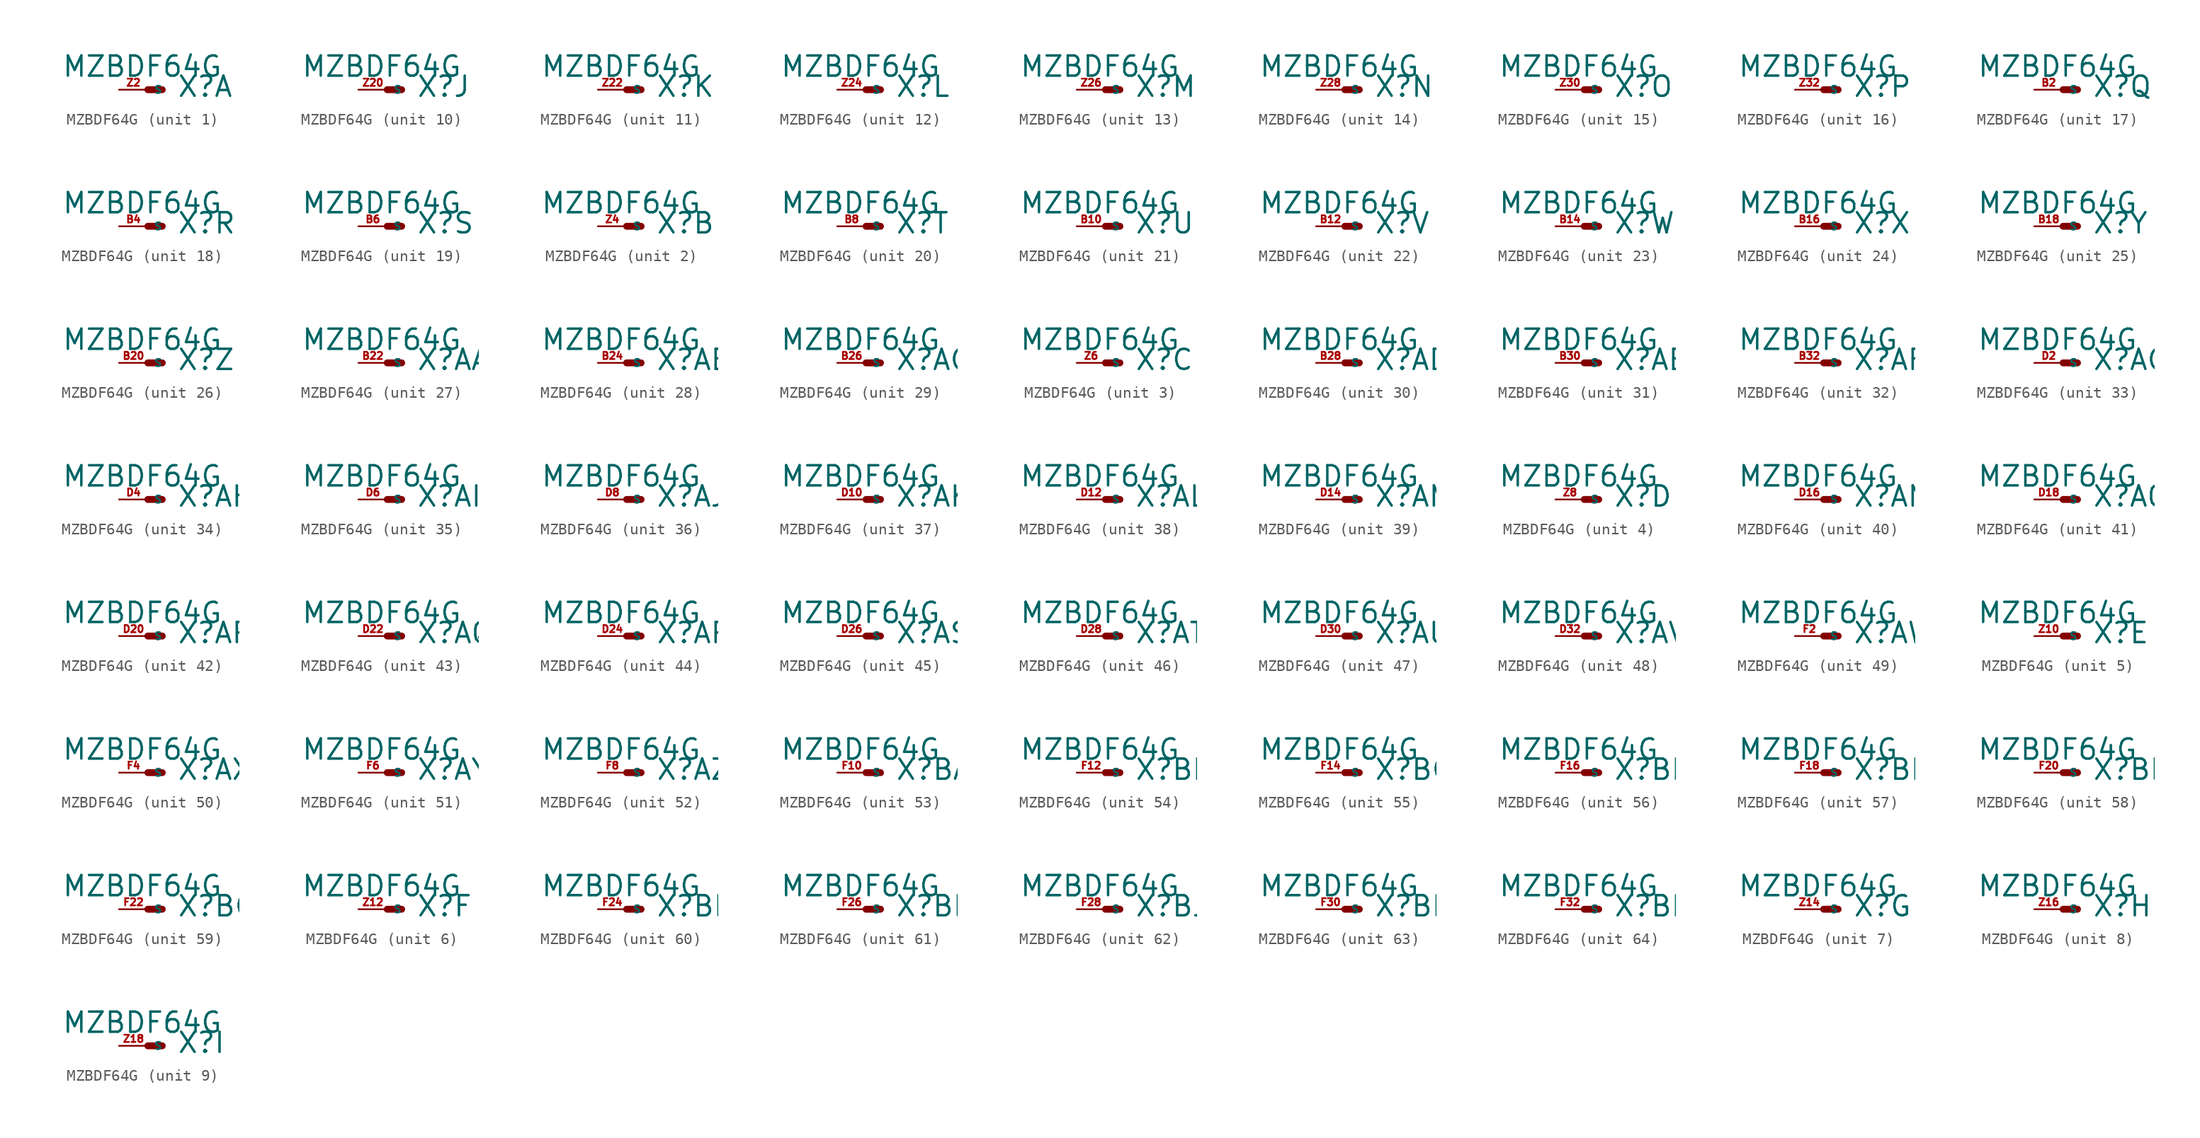
<source format=kicad_sym>
(kicad_symbol_lib
  (version 20220914)
  (generator Eagle2Kicad)
  (symbol "MZBDF64G"
    (property "Reference" "X"
      (at 2.54 -0.762 0)
      (effects (font (size 1.778 1.778) (thickness 0.22)) (justify left bottom)))
    (property "Value" "MZBDF64G"
      (at -7.62 1.016 0)
      (effects (font (size 1.778 1.778) (thickness 0.22)) (justify left bottom)))
    (symbol "MZBDF64G_1_0"
      (polyline (pts (xy 0 0) (xy 1.27 0)) (stroke (width 0.61) (type default)) (fill (type none)))
      (pin passive line (at -2.54 0 0) (length 2.54) (name "S" (effects (font (size 0.635 0.635) (thickness 0.08)) (justify left bottom))) (number "Z2" (effects (font (size 0.635 0.635) (thickness 0.08)) (justify left bottom)))))
    (symbol "MZBDF64G_2_0"
      (polyline (pts (xy 0 0) (xy 1.27 0)) (stroke (width 0.61) (type default)) (fill (type none)))
      (pin passive line (at -2.54 0 0) (length 2.54) (name "S" (effects (font (size 0.635 0.635) (thickness 0.08)) (justify left bottom))) (number "Z4" (effects (font (size 0.635 0.635) (thickness 0.08)) (justify left bottom)))))
    (symbol "MZBDF64G_3_0"
      (polyline (pts (xy 0 0) (xy 1.27 0)) (stroke (width 0.61) (type default)) (fill (type none)))
      (pin passive line (at -2.54 0 0) (length 2.54) (name "S" (effects (font (size 0.635 0.635) (thickness 0.08)) (justify left bottom))) (number "Z6" (effects (font (size 0.635 0.635) (thickness 0.08)) (justify left bottom)))))
    (symbol "MZBDF64G_4_0"
      (polyline (pts (xy 0 0) (xy 1.27 0)) (stroke (width 0.61) (type default)) (fill (type none)))
      (pin passive line (at -2.54 0 0) (length 2.54) (name "S" (effects (font (size 0.635 0.635) (thickness 0.08)) (justify left bottom))) (number "Z8" (effects (font (size 0.635 0.635) (thickness 0.08)) (justify left bottom)))))
    (symbol "MZBDF64G_5_0"
      (polyline (pts (xy 0 0) (xy 1.27 0)) (stroke (width 0.61) (type default)) (fill (type none)))
      (pin passive line (at -2.54 0 0) (length 2.54) (name "S" (effects (font (size 0.635 0.635) (thickness 0.08)) (justify left bottom))) (number "Z10" (effects (font (size 0.635 0.635) (thickness 0.08)) (justify left bottom)))))
    (symbol "MZBDF64G_6_0"
      (polyline (pts (xy 0 0) (xy 1.27 0)) (stroke (width 0.61) (type default)) (fill (type none)))
      (pin passive line (at -2.54 0 0) (length 2.54) (name "S" (effects (font (size 0.635 0.635) (thickness 0.08)) (justify left bottom))) (number "Z12" (effects (font (size 0.635 0.635) (thickness 0.08)) (justify left bottom)))))
    (symbol "MZBDF64G_7_0"
      (polyline (pts (xy 0 0) (xy 1.27 0)) (stroke (width 0.61) (type default)) (fill (type none)))
      (pin passive line (at -2.54 0 0) (length 2.54) (name "S" (effects (font (size 0.635 0.635) (thickness 0.08)) (justify left bottom))) (number "Z14" (effects (font (size 0.635 0.635) (thickness 0.08)) (justify left bottom)))))
    (symbol "MZBDF64G_8_0"
      (polyline (pts (xy 0 0) (xy 1.27 0)) (stroke (width 0.61) (type default)) (fill (type none)))
      (pin passive line (at -2.54 0 0) (length 2.54) (name "S" (effects (font (size 0.635 0.635) (thickness 0.08)) (justify left bottom))) (number "Z16" (effects (font (size 0.635 0.635) (thickness 0.08)) (justify left bottom)))))
    (symbol "MZBDF64G_9_0"
      (polyline (pts (xy 0 0) (xy 1.27 0)) (stroke (width 0.61) (type default)) (fill (type none)))
      (pin passive line (at -2.54 0 0) (length 2.54) (name "S" (effects (font (size 0.635 0.635) (thickness 0.08)) (justify left bottom))) (number "Z18" (effects (font (size 0.635 0.635) (thickness 0.08)) (justify left bottom)))))
    (symbol "MZBDF64G_10_0"
      (polyline (pts (xy 0 0) (xy 1.27 0)) (stroke (width 0.61) (type default)) (fill (type none)))
      (pin passive line (at -2.54 0 0) (length 2.54) (name "S" (effects (font (size 0.635 0.635) (thickness 0.08)) (justify left bottom))) (number "Z20" (effects (font (size 0.635 0.635) (thickness 0.08)) (justify left bottom)))))
    (symbol "MZBDF64G_11_0"
      (polyline (pts (xy 0 0) (xy 1.27 0)) (stroke (width 0.61) (type default)) (fill (type none)))
      (pin passive line (at -2.54 0 0) (length 2.54) (name "S" (effects (font (size 0.635 0.635) (thickness 0.08)) (justify left bottom))) (number "Z22" (effects (font (size 0.635 0.635) (thickness 0.08)) (justify left bottom)))))
    (symbol "MZBDF64G_12_0"
      (polyline (pts (xy 0 0) (xy 1.27 0)) (stroke (width 0.61) (type default)) (fill (type none)))
      (pin passive line (at -2.54 0 0) (length 2.54) (name "S" (effects (font (size 0.635 0.635) (thickness 0.08)) (justify left bottom))) (number "Z24" (effects (font (size 0.635 0.635) (thickness 0.08)) (justify left bottom)))))
    (symbol "MZBDF64G_13_0"
      (polyline (pts (xy 0 0) (xy 1.27 0)) (stroke (width 0.61) (type default)) (fill (type none)))
      (pin passive line (at -2.54 0 0) (length 2.54) (name "S" (effects (font (size 0.635 0.635) (thickness 0.08)) (justify left bottom))) (number "Z26" (effects (font (size 0.635 0.635) (thickness 0.08)) (justify left bottom)))))
    (symbol "MZBDF64G_14_0"
      (polyline (pts (xy 0 0) (xy 1.27 0)) (stroke (width 0.61) (type default)) (fill (type none)))
      (pin passive line (at -2.54 0 0) (length 2.54) (name "S" (effects (font (size 0.635 0.635) (thickness 0.08)) (justify left bottom))) (number "Z28" (effects (font (size 0.635 0.635) (thickness 0.08)) (justify left bottom)))))
    (symbol "MZBDF64G_15_0"
      (polyline (pts (xy 0 0) (xy 1.27 0)) (stroke (width 0.61) (type default)) (fill (type none)))
      (pin passive line (at -2.54 0 0) (length 2.54) (name "S" (effects (font (size 0.635 0.635) (thickness 0.08)) (justify left bottom))) (number "Z30" (effects (font (size 0.635 0.635) (thickness 0.08)) (justify left bottom)))))
    (symbol "MZBDF64G_16_0"
      (polyline (pts (xy 0 0) (xy 1.27 0)) (stroke (width 0.61) (type default)) (fill (type none)))
      (pin passive line (at -2.54 0 0) (length 2.54) (name "S" (effects (font (size 0.635 0.635) (thickness 0.08)) (justify left bottom))) (number "Z32" (effects (font (size 0.635 0.635) (thickness 0.08)) (justify left bottom)))))
    (symbol "MZBDF64G_17_0"
      (polyline (pts (xy 0 0) (xy 1.27 0)) (stroke (width 0.61) (type default)) (fill (type none)))
      (pin passive line (at -2.54 0 0) (length 2.54) (name "S" (effects (font (size 0.635 0.635) (thickness 0.08)) (justify left bottom))) (number "B2" (effects (font (size 0.635 0.635) (thickness 0.08)) (justify left bottom)))))
    (symbol "MZBDF64G_18_0"
      (polyline (pts (xy 0 0) (xy 1.27 0)) (stroke (width 0.61) (type default)) (fill (type none)))
      (pin passive line (at -2.54 0 0) (length 2.54) (name "S" (effects (font (size 0.635 0.635) (thickness 0.08)) (justify left bottom))) (number "B4" (effects (font (size 0.635 0.635) (thickness 0.08)) (justify left bottom)))))
    (symbol "MZBDF64G_19_0"
      (polyline (pts (xy 0 0) (xy 1.27 0)) (stroke (width 0.61) (type default)) (fill (type none)))
      (pin passive line (at -2.54 0 0) (length 2.54) (name "S" (effects (font (size 0.635 0.635) (thickness 0.08)) (justify left bottom))) (number "B6" (effects (font (size 0.635 0.635) (thickness 0.08)) (justify left bottom)))))
    (symbol "MZBDF64G_20_0"
      (polyline (pts (xy 0 0) (xy 1.27 0)) (stroke (width 0.61) (type default)) (fill (type none)))
      (pin passive line (at -2.54 0 0) (length 2.54) (name "S" (effects (font (size 0.635 0.635) (thickness 0.08)) (justify left bottom))) (number "B8" (effects (font (size 0.635 0.635) (thickness 0.08)) (justify left bottom)))))
    (symbol "MZBDF64G_21_0"
      (polyline (pts (xy 0 0) (xy 1.27 0)) (stroke (width 0.61) (type default)) (fill (type none)))
      (pin passive line (at -2.54 0 0) (length 2.54) (name "S" (effects (font (size 0.635 0.635) (thickness 0.08)) (justify left bottom))) (number "B10" (effects (font (size 0.635 0.635) (thickness 0.08)) (justify left bottom)))))
    (symbol "MZBDF64G_22_0"
      (polyline (pts (xy 0 0) (xy 1.27 0)) (stroke (width 0.61) (type default)) (fill (type none)))
      (pin passive line (at -2.54 0 0) (length 2.54) (name "S" (effects (font (size 0.635 0.635) (thickness 0.08)) (justify left bottom))) (number "B12" (effects (font (size 0.635 0.635) (thickness 0.08)) (justify left bottom)))))
    (symbol "MZBDF64G_23_0"
      (polyline (pts (xy 0 0) (xy 1.27 0)) (stroke (width 0.61) (type default)) (fill (type none)))
      (pin passive line (at -2.54 0 0) (length 2.54) (name "S" (effects (font (size 0.635 0.635) (thickness 0.08)) (justify left bottom))) (number "B14" (effects (font (size 0.635 0.635) (thickness 0.08)) (justify left bottom)))))
    (symbol "MZBDF64G_24_0"
      (polyline (pts (xy 0 0) (xy 1.27 0)) (stroke (width 0.61) (type default)) (fill (type none)))
      (pin passive line (at -2.54 0 0) (length 2.54) (name "S" (effects (font (size 0.635 0.635) (thickness 0.08)) (justify left bottom))) (number "B16" (effects (font (size 0.635 0.635) (thickness 0.08)) (justify left bottom)))))
    (symbol "MZBDF64G_25_0"
      (polyline (pts (xy 0 0) (xy 1.27 0)) (stroke (width 0.61) (type default)) (fill (type none)))
      (pin passive line (at -2.54 0 0) (length 2.54) (name "S" (effects (font (size 0.635 0.635) (thickness 0.08)) (justify left bottom))) (number "B18" (effects (font (size 0.635 0.635) (thickness 0.08)) (justify left bottom)))))
    (symbol "MZBDF64G_26_0"
      (polyline (pts (xy 0 0) (xy 1.27 0)) (stroke (width 0.61) (type default)) (fill (type none)))
      (pin passive line (at -2.54 0 0) (length 2.54) (name "S" (effects (font (size 0.635 0.635) (thickness 0.08)) (justify left bottom))) (number "B20" (effects (font (size 0.635 0.635) (thickness 0.08)) (justify left bottom)))))
    (symbol "MZBDF64G_27_0"
      (polyline (pts (xy 0 0) (xy 1.27 0)) (stroke (width 0.61) (type default)) (fill (type none)))
      (pin passive line (at -2.54 0 0) (length 2.54) (name "S" (effects (font (size 0.635 0.635) (thickness 0.08)) (justify left bottom))) (number "B22" (effects (font (size 0.635 0.635) (thickness 0.08)) (justify left bottom)))))
    (symbol "MZBDF64G_28_0"
      (polyline (pts (xy 0 0) (xy 1.27 0)) (stroke (width 0.61) (type default)) (fill (type none)))
      (pin passive line (at -2.54 0 0) (length 2.54) (name "S" (effects (font (size 0.635 0.635) (thickness 0.08)) (justify left bottom))) (number "B24" (effects (font (size 0.635 0.635) (thickness 0.08)) (justify left bottom)))))
    (symbol "MZBDF64G_29_0"
      (polyline (pts (xy 0 0) (xy 1.27 0)) (stroke (width 0.61) (type default)) (fill (type none)))
      (pin passive line (at -2.54 0 0) (length 2.54) (name "S" (effects (font (size 0.635 0.635) (thickness 0.08)) (justify left bottom))) (number "B26" (effects (font (size 0.635 0.635) (thickness 0.08)) (justify left bottom)))))
    (symbol "MZBDF64G_30_0"
      (polyline (pts (xy 0 0) (xy 1.27 0)) (stroke (width 0.61) (type default)) (fill (type none)))
      (pin passive line (at -2.54 0 0) (length 2.54) (name "S" (effects (font (size 0.635 0.635) (thickness 0.08)) (justify left bottom))) (number "B28" (effects (font (size 0.635 0.635) (thickness 0.08)) (justify left bottom)))))
    (symbol "MZBDF64G_31_0"
      (polyline (pts (xy 0 0) (xy 1.27 0)) (stroke (width 0.61) (type default)) (fill (type none)))
      (pin passive line (at -2.54 0 0) (length 2.54) (name "S" (effects (font (size 0.635 0.635) (thickness 0.08)) (justify left bottom))) (number "B30" (effects (font (size 0.635 0.635) (thickness 0.08)) (justify left bottom)))))
    (symbol "MZBDF64G_32_0"
      (polyline (pts (xy 0 0) (xy 1.27 0)) (stroke (width 0.61) (type default)) (fill (type none)))
      (pin passive line (at -2.54 0 0) (length 2.54) (name "S" (effects (font (size 0.635 0.635) (thickness 0.08)) (justify left bottom))) (number "B32" (effects (font (size 0.635 0.635) (thickness 0.08)) (justify left bottom)))))
    (symbol "MZBDF64G_33_0"
      (polyline (pts (xy 0 0) (xy 1.27 0)) (stroke (width 0.61) (type default)) (fill (type none)))
      (pin passive line (at -2.54 0 0) (length 2.54) (name "S" (effects (font (size 0.635 0.635) (thickness 0.08)) (justify left bottom))) (number "D2" (effects (font (size 0.635 0.635) (thickness 0.08)) (justify left bottom)))))
    (symbol "MZBDF64G_34_0"
      (polyline (pts (xy 0 0) (xy 1.27 0)) (stroke (width 0.61) (type default)) (fill (type none)))
      (pin passive line (at -2.54 0 0) (length 2.54) (name "S" (effects (font (size 0.635 0.635) (thickness 0.08)) (justify left bottom))) (number "D4" (effects (font (size 0.635 0.635) (thickness 0.08)) (justify left bottom)))))
    (symbol "MZBDF64G_35_0"
      (polyline (pts (xy 0 0) (xy 1.27 0)) (stroke (width 0.61) (type default)) (fill (type none)))
      (pin passive line (at -2.54 0 0) (length 2.54) (name "S" (effects (font (size 0.635 0.635) (thickness 0.08)) (justify left bottom))) (number "D6" (effects (font (size 0.635 0.635) (thickness 0.08)) (justify left bottom)))))
    (symbol "MZBDF64G_36_0"
      (polyline (pts (xy 0 0) (xy 1.27 0)) (stroke (width 0.61) (type default)) (fill (type none)))
      (pin passive line (at -2.54 0 0) (length 2.54) (name "S" (effects (font (size 0.635 0.635) (thickness 0.08)) (justify left bottom))) (number "D8" (effects (font (size 0.635 0.635) (thickness 0.08)) (justify left bottom)))))
    (symbol "MZBDF64G_37_0"
      (polyline (pts (xy 0 0) (xy 1.27 0)) (stroke (width 0.61) (type default)) (fill (type none)))
      (pin passive line (at -2.54 0 0) (length 2.54) (name "S" (effects (font (size 0.635 0.635) (thickness 0.08)) (justify left bottom))) (number "D10" (effects (font (size 0.635 0.635) (thickness 0.08)) (justify left bottom)))))
    (symbol "MZBDF64G_38_0"
      (polyline (pts (xy 0 0) (xy 1.27 0)) (stroke (width 0.61) (type default)) (fill (type none)))
      (pin passive line (at -2.54 0 0) (length 2.54) (name "S" (effects (font (size 0.635 0.635) (thickness 0.08)) (justify left bottom))) (number "D12" (effects (font (size 0.635 0.635) (thickness 0.08)) (justify left bottom)))))
    (symbol "MZBDF64G_39_0"
      (polyline (pts (xy 0 0) (xy 1.27 0)) (stroke (width 0.61) (type default)) (fill (type none)))
      (pin passive line (at -2.54 0 0) (length 2.54) (name "S" (effects (font (size 0.635 0.635) (thickness 0.08)) (justify left bottom))) (number "D14" (effects (font (size 0.635 0.635) (thickness 0.08)) (justify left bottom)))))
    (symbol "MZBDF64G_40_0"
      (polyline (pts (xy 0 0) (xy 1.27 0)) (stroke (width 0.61) (type default)) (fill (type none)))
      (pin passive line (at -2.54 0 0) (length 2.54) (name "S" (effects (font (size 0.635 0.635) (thickness 0.08)) (justify left bottom))) (number "D16" (effects (font (size 0.635 0.635) (thickness 0.08)) (justify left bottom)))))
    (symbol "MZBDF64G_41_0"
      (polyline (pts (xy 0 0) (xy 1.27 0)) (stroke (width 0.61) (type default)) (fill (type none)))
      (pin passive line (at -2.54 0 0) (length 2.54) (name "S" (effects (font (size 0.635 0.635) (thickness 0.08)) (justify left bottom))) (number "D18" (effects (font (size 0.635 0.635) (thickness 0.08)) (justify left bottom)))))
    (symbol "MZBDF64G_42_0"
      (polyline (pts (xy 0 0) (xy 1.27 0)) (stroke (width 0.61) (type default)) (fill (type none)))
      (pin passive line (at -2.54 0 0) (length 2.54) (name "S" (effects (font (size 0.635 0.635) (thickness 0.08)) (justify left bottom))) (number "D20" (effects (font (size 0.635 0.635) (thickness 0.08)) (justify left bottom)))))
    (symbol "MZBDF64G_43_0"
      (polyline (pts (xy 0 0) (xy 1.27 0)) (stroke (width 0.61) (type default)) (fill (type none)))
      (pin passive line (at -2.54 0 0) (length 2.54) (name "S" (effects (font (size 0.635 0.635) (thickness 0.08)) (justify left bottom))) (number "D22" (effects (font (size 0.635 0.635) (thickness 0.08)) (justify left bottom)))))
    (symbol "MZBDF64G_44_0"
      (polyline (pts (xy 0 0) (xy 1.27 0)) (stroke (width 0.61) (type default)) (fill (type none)))
      (pin passive line (at -2.54 0 0) (length 2.54) (name "S" (effects (font (size 0.635 0.635) (thickness 0.08)) (justify left bottom))) (number "D24" (effects (font (size 0.635 0.635) (thickness 0.08)) (justify left bottom)))))
    (symbol "MZBDF64G_45_0"
      (polyline (pts (xy 0 0) (xy 1.27 0)) (stroke (width 0.61) (type default)) (fill (type none)))
      (pin passive line (at -2.54 0 0) (length 2.54) (name "S" (effects (font (size 0.635 0.635) (thickness 0.08)) (justify left bottom))) (number "D26" (effects (font (size 0.635 0.635) (thickness 0.08)) (justify left bottom)))))
    (symbol "MZBDF64G_46_0"
      (polyline (pts (xy 0 0) (xy 1.27 0)) (stroke (width 0.61) (type default)) (fill (type none)))
      (pin passive line (at -2.54 0 0) (length 2.54) (name "S" (effects (font (size 0.635 0.635) (thickness 0.08)) (justify left bottom))) (number "D28" (effects (font (size 0.635 0.635) (thickness 0.08)) (justify left bottom)))))
    (symbol "MZBDF64G_47_0"
      (polyline (pts (xy 0 0) (xy 1.27 0)) (stroke (width 0.61) (type default)) (fill (type none)))
      (pin passive line (at -2.54 0 0) (length 2.54) (name "S" (effects (font (size 0.635 0.635) (thickness 0.08)) (justify left bottom))) (number "D30" (effects (font (size 0.635 0.635) (thickness 0.08)) (justify left bottom)))))
    (symbol "MZBDF64G_48_0"
      (polyline (pts (xy 0 0) (xy 1.27 0)) (stroke (width 0.61) (type default)) (fill (type none)))
      (pin passive line (at -2.54 0 0) (length 2.54) (name "S" (effects (font (size 0.635 0.635) (thickness 0.08)) (justify left bottom))) (number "D32" (effects (font (size 0.635 0.635) (thickness 0.08)) (justify left bottom)))))
    (symbol "MZBDF64G_49_0"
      (polyline (pts (xy 0 0) (xy 1.27 0)) (stroke (width 0.61) (type default)) (fill (type none)))
      (pin passive line (at -2.54 0 0) (length 2.54) (name "S" (effects (font (size 0.635 0.635) (thickness 0.08)) (justify left bottom))) (number "F2" (effects (font (size 0.635 0.635) (thickness 0.08)) (justify left bottom)))))
    (symbol "MZBDF64G_50_0"
      (polyline (pts (xy 0 0) (xy 1.27 0)) (stroke (width 0.61) (type default)) (fill (type none)))
      (pin passive line (at -2.54 0 0) (length 2.54) (name "S" (effects (font (size 0.635 0.635) (thickness 0.08)) (justify left bottom))) (number "F4" (effects (font (size 0.635 0.635) (thickness 0.08)) (justify left bottom)))))
    (symbol "MZBDF64G_51_0"
      (polyline (pts (xy 0 0) (xy 1.27 0)) (stroke (width 0.61) (type default)) (fill (type none)))
      (pin passive line (at -2.54 0 0) (length 2.54) (name "S" (effects (font (size 0.635 0.635) (thickness 0.08)) (justify left bottom))) (number "F6" (effects (font (size 0.635 0.635) (thickness 0.08)) (justify left bottom)))))
    (symbol "MZBDF64G_52_0"
      (polyline (pts (xy 0 0) (xy 1.27 0)) (stroke (width 0.61) (type default)) (fill (type none)))
      (pin passive line (at -2.54 0 0) (length 2.54) (name "S" (effects (font (size 0.635 0.635) (thickness 0.08)) (justify left bottom))) (number "F8" (effects (font (size 0.635 0.635) (thickness 0.08)) (justify left bottom)))))
    (symbol "MZBDF64G_53_0"
      (polyline (pts (xy 0 0) (xy 1.27 0)) (stroke (width 0.61) (type default)) (fill (type none)))
      (pin passive line (at -2.54 0 0) (length 2.54) (name "S" (effects (font (size 0.635 0.635) (thickness 0.08)) (justify left bottom))) (number "F10" (effects (font (size 0.635 0.635) (thickness 0.08)) (justify left bottom)))))
    (symbol "MZBDF64G_54_0"
      (polyline (pts (xy 0 0) (xy 1.27 0)) (stroke (width 0.61) (type default)) (fill (type none)))
      (pin passive line (at -2.54 0 0) (length 2.54) (name "S" (effects (font (size 0.635 0.635) (thickness 0.08)) (justify left bottom))) (number "F12" (effects (font (size 0.635 0.635) (thickness 0.08)) (justify left bottom)))))
    (symbol "MZBDF64G_55_0"
      (polyline (pts (xy 0 0) (xy 1.27 0)) (stroke (width 0.61) (type default)) (fill (type none)))
      (pin passive line (at -2.54 0 0) (length 2.54) (name "S" (effects (font (size 0.635 0.635) (thickness 0.08)) (justify left bottom))) (number "F14" (effects (font (size 0.635 0.635) (thickness 0.08)) (justify left bottom)))))
    (symbol "MZBDF64G_56_0"
      (polyline (pts (xy 0 0) (xy 1.27 0)) (stroke (width 0.61) (type default)) (fill (type none)))
      (pin passive line (at -2.54 0 0) (length 2.54) (name "S" (effects (font (size 0.635 0.635) (thickness 0.08)) (justify left bottom))) (number "F16" (effects (font (size 0.635 0.635) (thickness 0.08)) (justify left bottom)))))
    (symbol "MZBDF64G_57_0"
      (polyline (pts (xy 0 0) (xy 1.27 0)) (stroke (width 0.61) (type default)) (fill (type none)))
      (pin passive line (at -2.54 0 0) (length 2.54) (name "S" (effects (font (size 0.635 0.635) (thickness 0.08)) (justify left bottom))) (number "F18" (effects (font (size 0.635 0.635) (thickness 0.08)) (justify left bottom)))))
    (symbol "MZBDF64G_58_0"
      (polyline (pts (xy 0 0) (xy 1.27 0)) (stroke (width 0.61) (type default)) (fill (type none)))
      (pin passive line (at -2.54 0 0) (length 2.54) (name "S" (effects (font (size 0.635 0.635) (thickness 0.08)) (justify left bottom))) (number "F20" (effects (font (size 0.635 0.635) (thickness 0.08)) (justify left bottom)))))
    (symbol "MZBDF64G_59_0"
      (polyline (pts (xy 0 0) (xy 1.27 0)) (stroke (width 0.61) (type default)) (fill (type none)))
      (pin passive line (at -2.54 0 0) (length 2.54) (name "S" (effects (font (size 0.635 0.635) (thickness 0.08)) (justify left bottom))) (number "F22" (effects (font (size 0.635 0.635) (thickness 0.08)) (justify left bottom)))))
    (symbol "MZBDF64G_60_0"
      (polyline (pts (xy 0 0) (xy 1.27 0)) (stroke (width 0.61) (type default)) (fill (type none)))
      (pin passive line (at -2.54 0 0) (length 2.54) (name "S" (effects (font (size 0.635 0.635) (thickness 0.08)) (justify left bottom))) (number "F24" (effects (font (size 0.635 0.635) (thickness 0.08)) (justify left bottom)))))
    (symbol "MZBDF64G_61_0"
      (polyline (pts (xy 0 0) (xy 1.27 0)) (stroke (width 0.61) (type default)) (fill (type none)))
      (pin passive line (at -2.54 0 0) (length 2.54) (name "S" (effects (font (size 0.635 0.635) (thickness 0.08)) (justify left bottom))) (number "F26" (effects (font (size 0.635 0.635) (thickness 0.08)) (justify left bottom)))))
    (symbol "MZBDF64G_62_0"
      (polyline (pts (xy 0 0) (xy 1.27 0)) (stroke (width 0.61) (type default)) (fill (type none)))
      (pin passive line (at -2.54 0 0) (length 2.54) (name "S" (effects (font (size 0.635 0.635) (thickness 0.08)) (justify left bottom))) (number "F28" (effects (font (size 0.635 0.635) (thickness 0.08)) (justify left bottom)))))
    (symbol "MZBDF64G_63_0"
      (polyline (pts (xy 0 0) (xy 1.27 0)) (stroke (width 0.61) (type default)) (fill (type none)))
      (pin passive line (at -2.54 0 0) (length 2.54) (name "S" (effects (font (size 0.635 0.635) (thickness 0.08)) (justify left bottom))) (number "F30" (effects (font (size 0.635 0.635) (thickness 0.08)) (justify left bottom)))))
    (symbol "MZBDF64G_64_0"
      (polyline (pts (xy 0 0) (xy 1.27 0)) (stroke (width 0.61) (type default)) (fill (type none)))
      (pin passive line (at -2.54 0 0) (length 2.54) (name "S" (effects (font (size 0.635 0.635) (thickness 0.08)) (justify left bottom))) (number "F32" (effects (font (size 0.635 0.635) (thickness 0.08)) (justify left bottom)))))))
</source>
